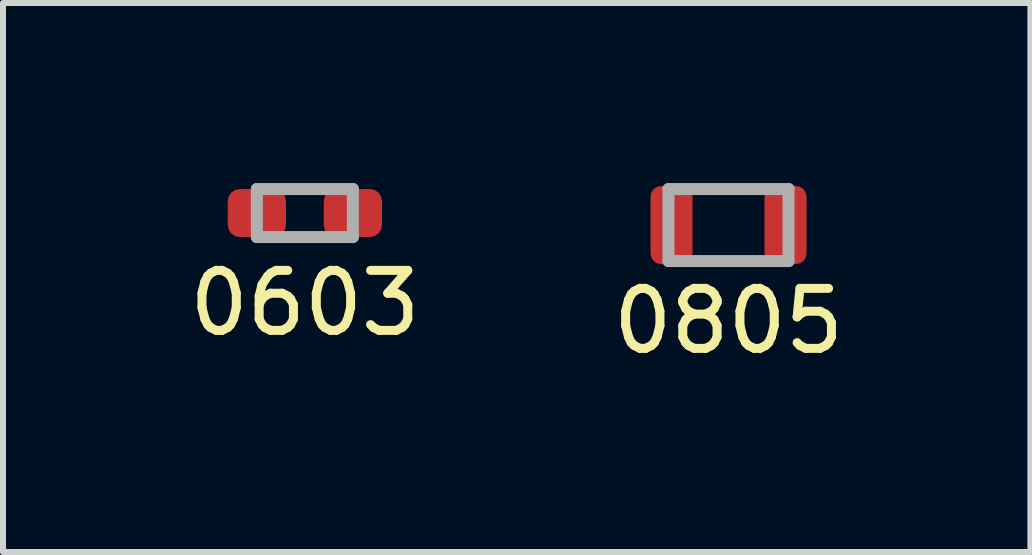
<source format=kicad_pcb>
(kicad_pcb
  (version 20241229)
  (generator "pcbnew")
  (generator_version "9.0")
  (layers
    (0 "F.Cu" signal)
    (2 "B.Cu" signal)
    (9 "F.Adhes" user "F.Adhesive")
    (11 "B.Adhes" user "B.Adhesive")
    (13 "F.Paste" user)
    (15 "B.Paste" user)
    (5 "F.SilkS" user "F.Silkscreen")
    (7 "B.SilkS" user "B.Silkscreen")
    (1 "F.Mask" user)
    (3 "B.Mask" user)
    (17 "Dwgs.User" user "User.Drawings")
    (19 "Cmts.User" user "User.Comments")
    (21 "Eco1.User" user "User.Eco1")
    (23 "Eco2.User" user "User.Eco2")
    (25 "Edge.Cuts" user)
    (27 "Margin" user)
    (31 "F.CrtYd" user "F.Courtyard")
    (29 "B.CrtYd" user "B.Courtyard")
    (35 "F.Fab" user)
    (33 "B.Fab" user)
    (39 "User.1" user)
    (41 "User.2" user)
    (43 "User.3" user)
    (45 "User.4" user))
  (footprint "0603"
    (layer "F.Cu")
    (at 2.03 0.5)
    (property "Reference" "0603" (at 0 1.5 0) (layer "F.SilkS") (effects (font (size 1 1) (thickness 0.15))))
    (attr through_hole)
    (fp_line (start -0.8 -0.4) (end 0.8 -0.4) (stroke (width 0.2) (type solid)) (layer "F.Fab"))
    (fp_line (start -0.8 0.4) (end -0.8 -0.4) (stroke (width 0.2) (type solid)) (layer "F.Fab"))
    (fp_line (start -0.8 0.4) (end 0.8 0.4) (stroke (width 0.2) (type solid)) (layer "F.Fab"))
    (fp_line (start 0.8 0.4) (end 0.8 -0.4) (stroke (width 0.2) (type solid)) (layer "F.Fab"))
    (pad "1" smd roundrect (at -0.8 0) (size 0.97 0.8) (layers "F.Cu" "F.Mask" "F.Paste") (roundrect_rratio 0.25))
    (pad "2" smd roundrect (at 0.8 0) (size 0.97 0.8) (layers "F.Cu" "F.Mask" "F.Paste") (roundrect_rratio 0.25)))
  (footprint "0805"
    (layer "F.Cu")
    (at 9.089 0.7)
    (property "Reference" "0805" (at 0 1.6 0) (layer "F.SilkS") (effects (font (size 1 1) (thickness 0.15))))
    (attr through_hole)
    (fp_line (start -1 -0.6) (end -1 0.6) (stroke (width 0.2) (type solid)) (layer "F.Fab"))
    (fp_line (start -1 -0.6) (end 1 -0.6) (stroke (width 0.2) (type solid)) (layer "F.Fab"))
    (fp_line (start -1 0.6) (end 1 0.6) (stroke (width 0.2) (type solid)) (layer "F.Fab"))
    (fp_line (start 1 -0.6) (end 1 0.6) (stroke (width 0.2) (type solid)) (layer "F.Fab"))
    (pad "1" smd roundrect (at -0.95 0) (size 0.7 1.3) (layers "F.Cu" "F.Mask" "F.Paste") (roundrect_rratio 0.25))
    (pad "2" smd roundrect (at 0.95 0) (size 0.7 1.3) (layers "F.Cu" "F.Mask" "F.Paste") (roundrect_rratio 0.25)))
  (gr_rect
    (start -3 -3)
    (end 14.119 6.148)
    (stroke (width 0.1) (type default))
    (fill no)
    (layer "Edge.Cuts")))
</source>
